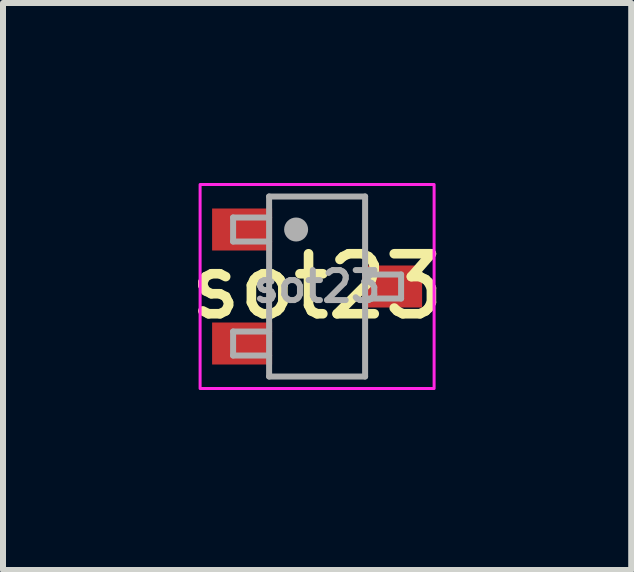
<source format=kicad_pcb>
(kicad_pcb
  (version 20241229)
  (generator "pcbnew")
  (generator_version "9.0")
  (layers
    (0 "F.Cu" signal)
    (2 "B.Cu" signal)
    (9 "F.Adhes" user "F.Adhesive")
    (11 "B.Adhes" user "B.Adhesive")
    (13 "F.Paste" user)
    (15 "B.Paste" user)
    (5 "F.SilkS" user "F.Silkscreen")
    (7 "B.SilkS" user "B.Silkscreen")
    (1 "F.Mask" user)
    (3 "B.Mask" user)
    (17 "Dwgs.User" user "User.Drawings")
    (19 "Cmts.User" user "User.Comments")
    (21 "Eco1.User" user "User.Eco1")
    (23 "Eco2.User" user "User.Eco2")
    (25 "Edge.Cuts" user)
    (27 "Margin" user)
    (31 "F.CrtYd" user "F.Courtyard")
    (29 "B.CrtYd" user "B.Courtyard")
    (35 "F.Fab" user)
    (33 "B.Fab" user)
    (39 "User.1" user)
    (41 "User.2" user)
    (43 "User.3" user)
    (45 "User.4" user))
  (footprint "sot23"
    (layer "F.Cu")
    (at 2.235 1.725)
    (property "Reference" "sot23" (at 0 0 0) (layer "F.SilkS") (effects (font (size 1 1) (thickness 0.16))))
    (attr smd)
    (fp_rect (start -1.95 -1.7) (end 1.95 1.7) (stroke (width 0.05) (type default)) (fill no) (layer "F.CrtYd"))
    (fp_line (start -1.4 -1.15) (end -1.4 -0.75) (stroke (width 0.1) (type solid)) (layer "F.Fab"))
    (fp_line (start -1.4 -0.75) (end -0.8 -0.75) (stroke (width 0.1) (type solid)) (layer "F.Fab"))
    (fp_line (start -1.4 0.75) (end -1.4 1.15) (stroke (width 0.1) (type solid)) (layer "F.Fab"))
    (fp_line (start -1.4 1.15) (end -0.8 1.15) (stroke (width 0.1) (type solid)) (layer "F.Fab"))
    (fp_line (start -0.8 -1.5) (end -0.8 1.5) (stroke (width 0.1) (type solid)) (layer "F.Fab"))
    (fp_line (start -0.8 -1.15) (end -1.4 -1.15) (stroke (width 0.1) (type solid)) (layer "F.Fab"))
    (fp_line (start -0.8 0.75) (end -1.4 0.75) (stroke (width 0.1) (type solid)) (layer "F.Fab"))
    (fp_line (start -0.8 1.5) (end 0.8 1.5) (stroke (width 0.1) (type solid)) (layer "F.Fab"))
    (fp_line (start 0.8 -1.5) (end -0.8 -1.5) (stroke (width 0.1) (type solid)) (layer "F.Fab"))
    (fp_line (start 0.8 -0.2) (end 1.4 -0.2) (stroke (width 0.1) (type solid)) (layer "F.Fab"))
    (fp_line (start 0.8 1.5) (end 0.8 -1.5) (stroke (width 0.1) (type solid)) (layer "F.Fab"))
    (fp_line (start 1.4 -0.2) (end 1.4 0.2) (stroke (width 0.1) (type solid)) (layer "F.Fab"))
    (fp_line (start 1.4 0.2) (end 0.8 0.2) (stroke (width 0.1) (type solid)) (layer "F.Fab"))
    (fp_circle (center -0.35 -0.95) (end -0.35 -0.85) (stroke (width 0.2) (type solid)) (fill no) (layer "F.Fab"))
    (fp_text user "${REFERENCE}" (at 0 0 0) (layer "F.Fab") (effects (font (size 0.5 0.5) (thickness 0.1))))
    (pad "1" smd rect (at -1.25 -0.95 270) (size 0.7 1) (layers "F.Cu" "F.Mask" "F.Paste"))
    (pad "2" smd rect (at -1.25 0.95 270) (size 0.7 1) (layers "F.Cu" "F.Mask" "F.Paste"))
    (pad "3" smd rect (at 1.25 0 270) (size 0.7 1) (layers "F.Cu" "F.Mask" "F.Paste")))
  (gr_rect
    (start -3 -3)
    (end 7.47 6.45)
    (stroke (width 0.1) (type default))
    (fill no)
    (layer "Edge.Cuts")))
</source>
